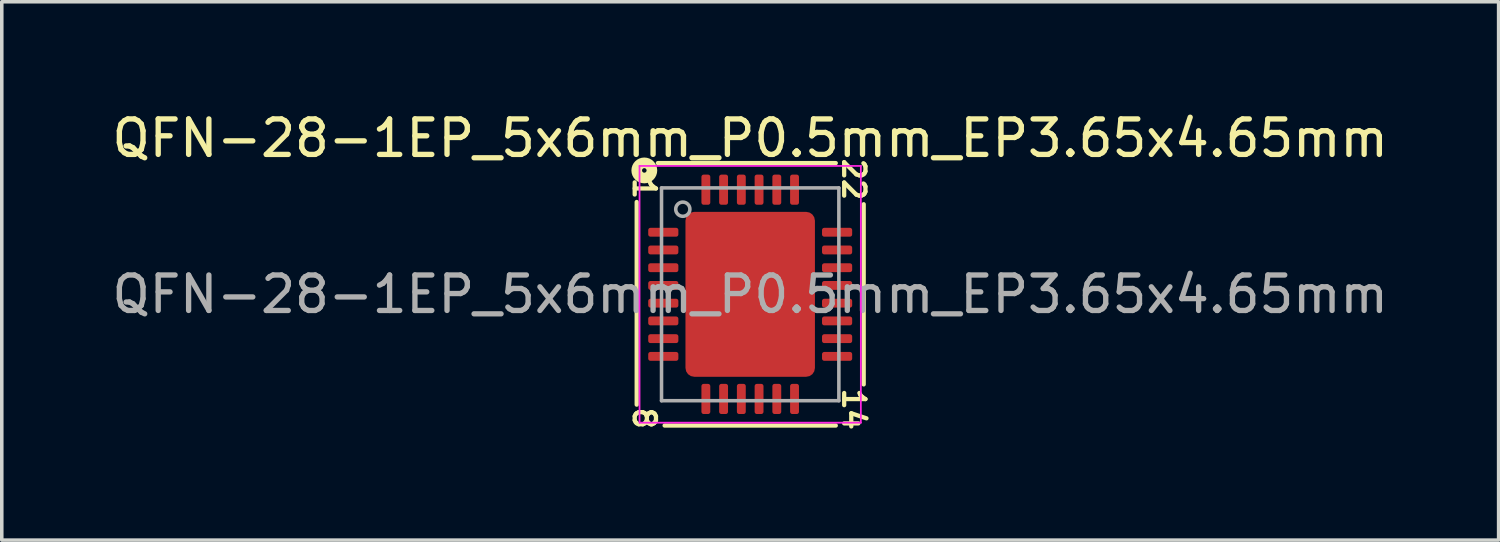
<source format=kicad_pcb>
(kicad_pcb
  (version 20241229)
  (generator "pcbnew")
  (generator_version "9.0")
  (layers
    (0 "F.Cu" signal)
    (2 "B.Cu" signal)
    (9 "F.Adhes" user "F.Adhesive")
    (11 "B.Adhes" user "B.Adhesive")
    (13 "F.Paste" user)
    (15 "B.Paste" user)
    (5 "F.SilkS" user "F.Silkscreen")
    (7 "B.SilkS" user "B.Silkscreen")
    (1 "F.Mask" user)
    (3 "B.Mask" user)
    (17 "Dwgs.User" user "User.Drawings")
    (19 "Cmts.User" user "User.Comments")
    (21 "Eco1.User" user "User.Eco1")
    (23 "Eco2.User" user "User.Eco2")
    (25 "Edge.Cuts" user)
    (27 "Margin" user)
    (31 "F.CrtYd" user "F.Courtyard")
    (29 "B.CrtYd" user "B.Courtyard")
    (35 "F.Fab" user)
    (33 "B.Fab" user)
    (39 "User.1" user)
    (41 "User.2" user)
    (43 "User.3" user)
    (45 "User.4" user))
  (footprint "QFN-28-1EP_5x6mm_P0.5mm_EP3.65x4.65mm"
    (layer "F.Cu")
    (at 18.101 5.248)
    (property "Reference" "QFN-28-1EP_5x6mm_P0.5mm_EP3.65x4.65mm" (at 0 -4.4 0) (layer "F.SilkS") (effects (font (size 1 1) (thickness 0.15))))
    (attr smd)
    (fp_line (start -3.2 -2.603) (end -3.2 3.111) (stroke (width 0.12) (type solid)) (layer "F.SilkS"))
    (fp_line (start -2.413 3.7) (end 2.413 3.7) (stroke (width 0.12) (type solid)) (layer "F.SilkS"))
    (fp_line (start 2.413 -3.7) (end -2.603 -3.7) (stroke (width 0.12) (type solid)) (layer "F.SilkS"))
    (fp_line (start 3.2 2.54) (end 3.2 -2.54) (stroke (width 0.12) (type solid)) (layer "F.SilkS"))
    (fp_circle (center -2.985 -3.493) (end -2.921 -3.493) (stroke (width 0.3) (type solid)) (fill no) (layer "F.SilkS"))
    (fp_line (start -3.12 -3.62) (end -3.12 3.62) (stroke (width 0.05) (type solid)) (layer "F.CrtYd"))
    (fp_line (start -3.12 3.62) (end 3.12 3.62) (stroke (width 0.05) (type solid)) (layer "F.CrtYd"))
    (fp_line (start 3.12 -3.62) (end -3.12 -3.62) (stroke (width 0.05) (type solid)) (layer "F.CrtYd"))
    (fp_line (start 3.12 3.62) (end 3.12 -3.62) (stroke (width 0.05) (type solid)) (layer "F.CrtYd"))
    (fp_line (start -2.5 -3) (end 2.5 -3) (stroke (width 0.1) (type solid)) (layer "F.Fab"))
    (fp_line (start -2.5 3) (end -2.5 -3) (stroke (width 0.1) (type solid)) (layer "F.Fab"))
    (fp_line (start 2.5 -3) (end 2.5 3) (stroke (width 0.1) (type solid)) (layer "F.Fab"))
    (fp_line (start 2.5 3) (end -2.5 3) (stroke (width 0.1) (type solid)) (layer "F.Fab"))
    (fp_circle (center -1.9 -2.4) (end -1.7 -2.4) (stroke (width 0.1) (type solid)) (fill no) (layer "F.Fab"))
    (fp_text user "8" (at -2.985 3.493 270) (unlocked yes) (layer "F.SilkS") (effects (font (size 0.6 0.6) (thickness 0.12))))
    (fp_text user "22" (at 2.921 -3.239 270) (unlocked yes) (layer "F.SilkS") (effects (font (size 0.6 0.6) (thickness 0.12))))
    (fp_text user "14" (at 2.921 3.239 270) (unlocked yes) (layer "F.SilkS") (effects (font (size 0.6 0.6) (thickness 0.12))))
    (fp_text user "1" (at -2.985 -2.985 270) (unlocked yes) (layer "F.SilkS") (effects (font (size 0.6 0.6) (thickness 0.12))))
    (fp_text user "${REFERENCE}" (at 0 0 0) (layer "F.Fab") (effects (font (size 1 1) (thickness 0.15))))
    (pad "" smd roundrect (at -1.22 -1.74) (size 0.98 0.94) (layers "F.Paste") (roundrect_rratio 0.25))
    (pad "" smd roundrect (at -1.22 -0.58) (size 0.98 0.94) (layers "F.Paste") (roundrect_rratio 0.25))
    (pad "" smd roundrect (at -1.22 0.58) (size 0.98 0.94) (layers "F.Paste") (roundrect_rratio 0.25))
    (pad "" smd roundrect (at -1.22 1.74) (size 0.98 0.94) (layers "F.Paste") (roundrect_rratio 0.25))
    (pad "" smd roundrect (at 0 -1.74) (size 0.98 0.94) (layers "F.Paste") (roundrect_rratio 0.25))
    (pad "" smd roundrect (at 0 -0.58) (size 0.98 0.94) (layers "F.Paste") (roundrect_rratio 0.25))
    (pad "" smd roundrect (at 0 0.58) (size 0.98 0.94) (layers "F.Paste") (roundrect_rratio 0.25))
    (pad "" smd roundrect (at 0 1.74) (size 0.98 0.94) (layers "F.Paste") (roundrect_rratio 0.25))
    (pad "" smd roundrect (at 1.22 -1.74) (size 0.98 0.94) (layers "F.Paste") (roundrect_rratio 0.25))
    (pad "" smd roundrect (at 1.22 -0.58) (size 0.98 0.94) (layers "F.Paste") (roundrect_rratio 0.25))
    (pad "" smd roundrect (at 1.22 0.58) (size 0.98 0.94) (layers "F.Paste") (roundrect_rratio 0.25))
    (pad "" smd roundrect (at 1.22 1.74) (size 0.98 0.94) (layers "F.Paste") (roundrect_rratio 0.25))
    (pad "1" smd roundrect (at -2.45 -1.75) (size 0.85 0.25) (layers "F.Cu" "F.Mask" "F.Paste") (roundrect_rratio 0.25))
    (pad "2" smd roundrect (at -2.45 -1.25) (size 0.85 0.25) (layers "F.Cu" "F.Mask" "F.Paste") (roundrect_rratio 0.25))
    (pad "3" smd roundrect (at -2.45 -0.75) (size 0.85 0.25) (layers "F.Cu" "F.Mask" "F.Paste") (roundrect_rratio 0.25))
    (pad "4" smd roundrect (at -2.45 -0.25) (size 0.85 0.25) (layers "F.Cu" "F.Mask" "F.Paste") (roundrect_rratio 0.25))
    (pad "5" smd roundrect (at -2.45 0.25) (size 0.85 0.25) (layers "F.Cu" "F.Mask" "F.Paste") (roundrect_rratio 0.25))
    (pad "6" smd roundrect (at -2.45 0.75) (size 0.85 0.25) (layers "F.Cu" "F.Mask" "F.Paste") (roundrect_rratio 0.25))
    (pad "7" smd roundrect (at -2.45 1.25) (size 0.85 0.25) (layers "F.Cu" "F.Mask" "F.Paste") (roundrect_rratio 0.25))
    (pad "8" smd roundrect (at -2.45 1.75) (size 0.85 0.25) (layers "F.Cu" "F.Mask" "F.Paste") (roundrect_rratio 0.25))
    (pad "9" smd roundrect (at -1.25 2.95) (size 0.25 0.85) (layers "F.Cu" "F.Mask" "F.Paste") (roundrect_rratio 0.25))
    (pad "10" smd roundrect (at -0.75 2.95) (size 0.25 0.85) (layers "F.Cu" "F.Mask" "F.Paste") (roundrect_rratio 0.25))
    (pad "11" smd roundrect (at -0.25 2.95) (size 0.25 0.85) (layers "F.Cu" "F.Mask" "F.Paste") (roundrect_rratio 0.25))
    (pad "12" smd roundrect (at 0.25 2.95) (size 0.25 0.85) (layers "F.Cu" "F.Mask" "F.Paste") (roundrect_rratio 0.25))
    (pad "13" smd roundrect (at 0.75 2.95) (size 0.25 0.85) (layers "F.Cu" "F.Mask" "F.Paste") (roundrect_rratio 0.25))
    (pad "14" smd roundrect (at 1.25 2.95) (size 0.25 0.85) (layers "F.Cu" "F.Mask" "F.Paste") (roundrect_rratio 0.25))
    (pad "15" smd roundrect (at 2.45 1.75) (size 0.85 0.25) (layers "F.Cu" "F.Mask" "F.Paste") (roundrect_rratio 0.25))
    (pad "16" smd roundrect (at 2.45 1.25) (size 0.85 0.25) (layers "F.Cu" "F.Mask" "F.Paste") (roundrect_rratio 0.25))
    (pad "17" smd roundrect (at 2.45 0.75) (size 0.85 0.25) (layers "F.Cu" "F.Mask" "F.Paste") (roundrect_rratio 0.25))
    (pad "18" smd roundrect (at 2.45 0.25) (size 0.85 0.25) (layers "F.Cu" "F.Mask" "F.Paste") (roundrect_rratio 0.25))
    (pad "19" smd roundrect (at 2.45 -0.25) (size 0.85 0.25) (layers "F.Cu" "F.Mask" "F.Paste") (roundrect_rratio 0.25))
    (pad "20" smd roundrect (at 2.45 -0.75) (size 0.85 0.25) (layers "F.Cu" "F.Mask" "F.Paste") (roundrect_rratio 0.25))
    (pad "21" smd roundrect (at 2.45 -1.25) (size 0.85 0.25) (layers "F.Cu" "F.Mask" "F.Paste") (roundrect_rratio 0.25))
    (pad "22" smd roundrect (at 2.45 -1.75) (size 0.85 0.25) (layers "F.Cu" "F.Mask" "F.Paste") (roundrect_rratio 0.25))
    (pad "23" smd roundrect (at 1.25 -2.95) (size 0.25 0.85) (layers "F.Cu" "F.Mask" "F.Paste") (roundrect_rratio 0.25))
    (pad "24" smd roundrect (at 0.75 -2.95) (size 0.25 0.85) (layers "F.Cu" "F.Mask" "F.Paste") (roundrect_rratio 0.25))
    (pad "25" smd roundrect (at 0.25 -2.95) (size 0.25 0.85) (layers "F.Cu" "F.Mask" "F.Paste") (roundrect_rratio 0.25))
    (pad "26" smd roundrect (at -0.25 -2.95) (size 0.25 0.85) (layers "F.Cu" "F.Mask" "F.Paste") (roundrect_rratio 0.25))
    (pad "27" smd roundrect (at -0.75 -2.95) (size 0.25 0.85) (layers "F.Cu" "F.Mask" "F.Paste") (roundrect_rratio 0.25))
    (pad "28" smd roundrect (at -1.25 -2.95) (size 0.25 0.85) (layers "F.Cu" "F.Mask" "F.Paste") (roundrect_rratio 0.25))
    (pad "29" smd roundrect (at 0 0) (size 3.65 4.65) (layers "F.Cu" "F.Mask") (roundrect_rratio 0.068)))
  (gr_rect
    (start -3 -3)
    (end 39.202 12.178)
    (stroke (width 0.1) (type default))
    (fill no)
    (layer "Edge.Cuts")))
</source>
